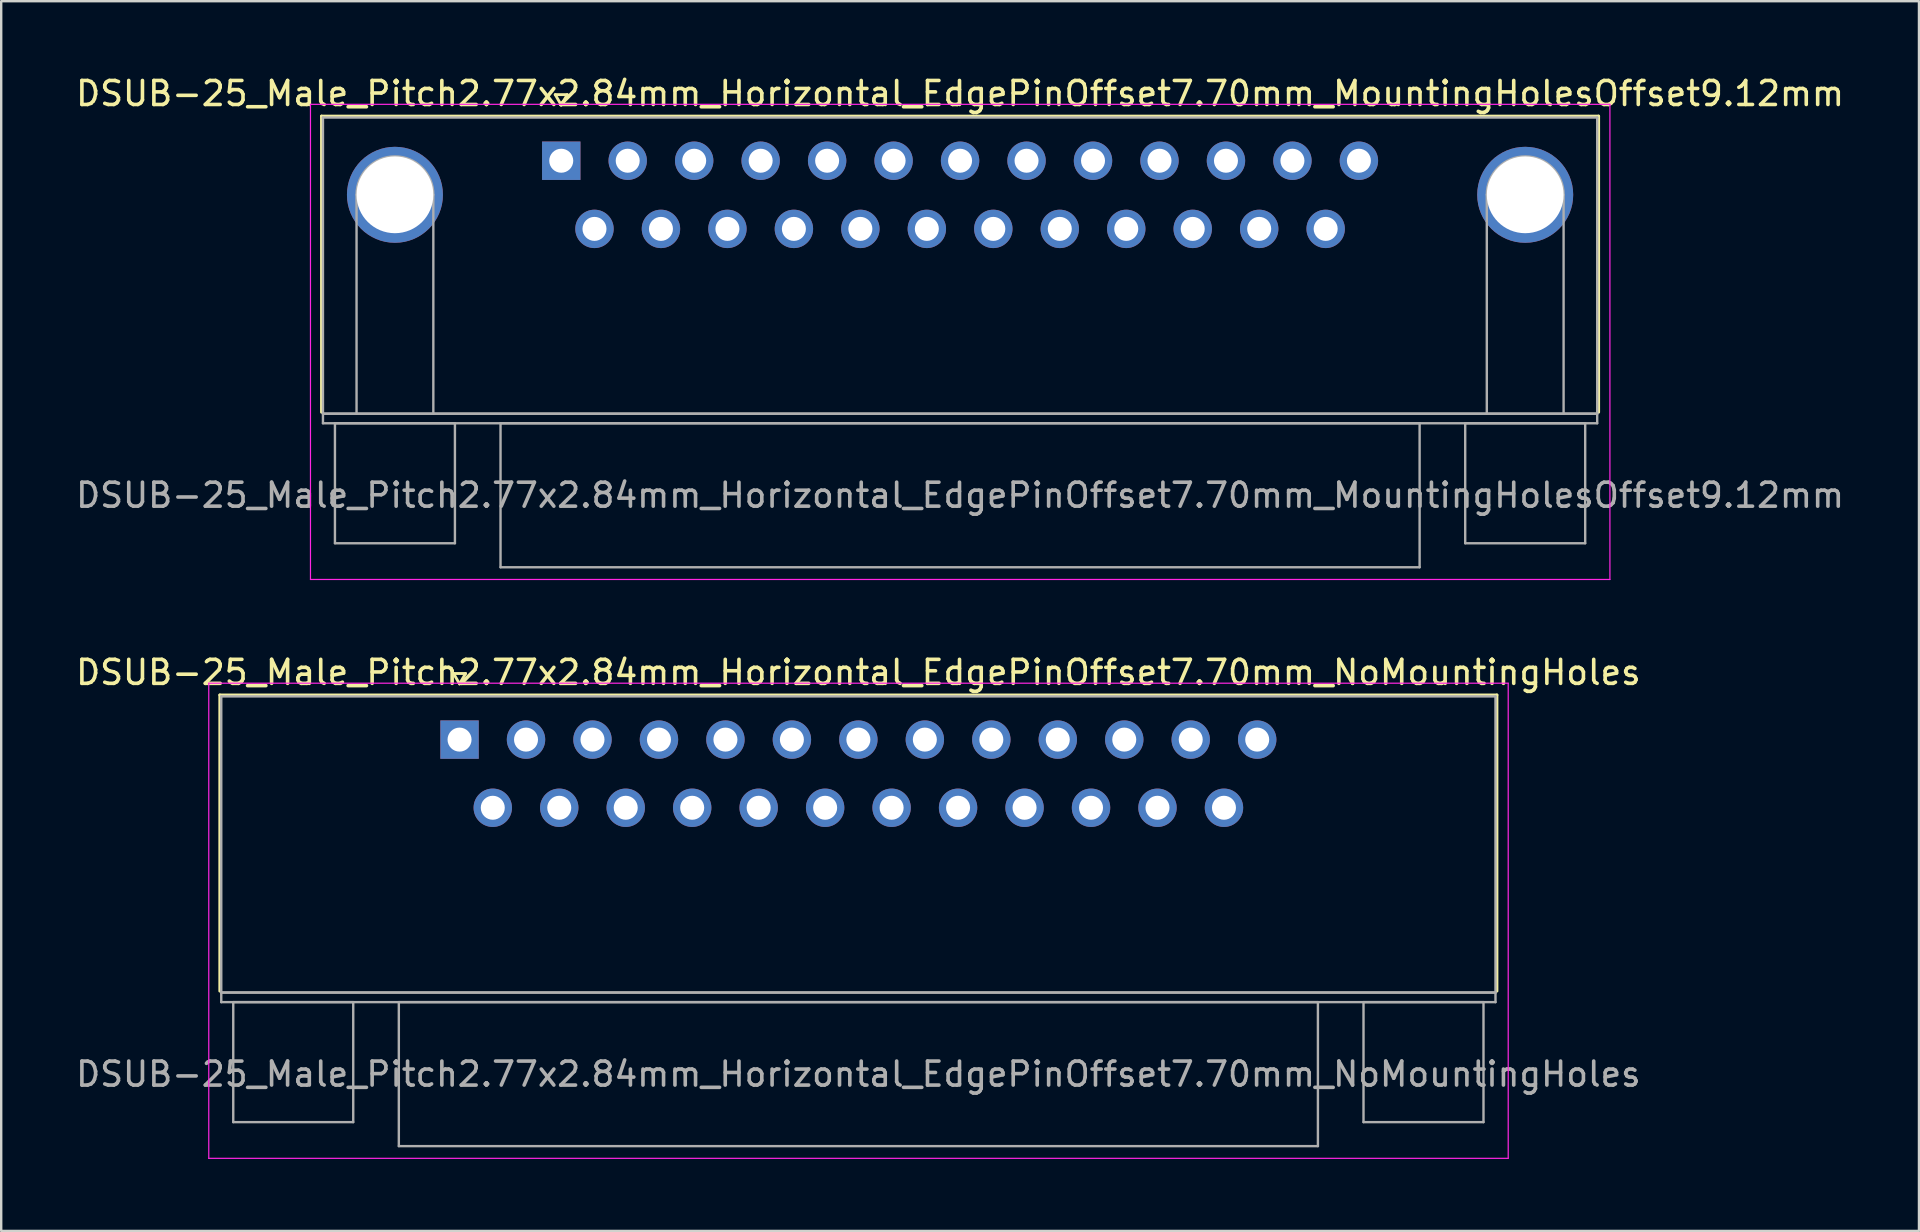
<source format=kicad_pcb>
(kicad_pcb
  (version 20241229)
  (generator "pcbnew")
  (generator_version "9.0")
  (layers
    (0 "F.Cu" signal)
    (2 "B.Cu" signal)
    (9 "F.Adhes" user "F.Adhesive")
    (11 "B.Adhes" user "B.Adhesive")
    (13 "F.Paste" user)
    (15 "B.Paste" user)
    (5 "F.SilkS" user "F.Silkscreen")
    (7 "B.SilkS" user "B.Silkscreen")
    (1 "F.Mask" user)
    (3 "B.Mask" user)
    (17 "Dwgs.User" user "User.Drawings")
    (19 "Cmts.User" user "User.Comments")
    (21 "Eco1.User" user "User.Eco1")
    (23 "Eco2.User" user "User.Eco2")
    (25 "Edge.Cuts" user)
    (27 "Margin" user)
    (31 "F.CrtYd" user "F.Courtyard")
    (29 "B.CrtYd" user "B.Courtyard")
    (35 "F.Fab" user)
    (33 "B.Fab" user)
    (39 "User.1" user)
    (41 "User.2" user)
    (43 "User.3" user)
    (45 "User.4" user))
  (footprint "DSUB-25_Male_Pitch2.77x2.84mm_Horizontal_EdgePinOffset7.70mm_MountingHolesOffset9.12mm"
    (layer "F.Cu")
    (at 20.338 3.648)
    (property "Reference" "DSUB-25_Male_Pitch2.77x2.84mm_Horizontal_EdgePinOffset7.70mm_MountingHolesOffset9.12mm" (at 16.62 -2.8 0) (layer "F.SilkS") (effects (font (size 1 1) (thickness 0.15))))
    (attr through_hole)
    (fp_line (start -9.99 -1.86) (end 43.23 -1.86) (stroke (width 0.12) (type solid)) (layer "F.SilkS"))
    (fp_line (start -9.99 10.48) (end -9.99 -1.86) (stroke (width 0.12) (type solid)) (layer "F.SilkS"))
    (fp_line (start -0.25 -2.754) (end 0.25 -2.754) (stroke (width 0.12) (type solid)) (layer "F.SilkS"))
    (fp_line (start 0 -2.321) (end -0.25 -2.754) (stroke (width 0.12) (type solid)) (layer "F.SilkS"))
    (fp_line (start 0.25 -2.754) (end 0 -2.321) (stroke (width 0.12) (type solid)) (layer "F.SilkS"))
    (fp_line (start 43.23 -1.86) (end 43.23 10.48) (stroke (width 0.12) (type solid)) (layer "F.SilkS"))
    (fp_line (start -10.45 -2.35) (end -10.45 17.45) (stroke (width 0.05) (type solid)) (layer "F.CrtYd"))
    (fp_line (start -10.45 17.45) (end 43.7 17.45) (stroke (width 0.05) (type solid)) (layer "F.CrtYd"))
    (fp_line (start 43.7 -2.35) (end -10.45 -2.35) (stroke (width 0.05) (type solid)) (layer "F.CrtYd"))
    (fp_line (start 43.7 17.45) (end 43.7 -2.35) (stroke (width 0.05) (type solid)) (layer "F.CrtYd"))
    (fp_line (start -9.93 -1.8) (end -9.93 10.54) (stroke (width 0.1) (type solid)) (layer "F.Fab"))
    (fp_line (start -9.93 10.54) (end -9.93 10.94) (stroke (width 0.1) (type solid)) (layer "F.Fab"))
    (fp_line (start -9.93 10.54) (end 43.17 10.54) (stroke (width 0.1) (type solid)) (layer "F.Fab"))
    (fp_line (start -9.93 10.94) (end 43.17 10.94) (stroke (width 0.1) (type solid)) (layer "F.Fab"))
    (fp_line (start -9.43 10.94) (end -9.43 15.94) (stroke (width 0.1) (type solid)) (layer "F.Fab"))
    (fp_line (start -9.43 15.94) (end -4.43 15.94) (stroke (width 0.1) (type solid)) (layer "F.Fab"))
    (fp_line (start -8.53 10.54) (end -8.53 1.42) (stroke (width 0.1) (type solid)) (layer "F.Fab"))
    (fp_line (start -5.33 10.54) (end -5.33 1.42) (stroke (width 0.1) (type solid)) (layer "F.Fab"))
    (fp_line (start -4.43 10.94) (end -9.43 10.94) (stroke (width 0.1) (type solid)) (layer "F.Fab"))
    (fp_line (start -4.43 15.94) (end -4.43 10.94) (stroke (width 0.1) (type solid)) (layer "F.Fab"))
    (fp_line (start -2.53 10.94) (end -2.53 16.94) (stroke (width 0.1) (type solid)) (layer "F.Fab"))
    (fp_line (start -2.53 16.94) (end 35.77 16.94) (stroke (width 0.1) (type solid)) (layer "F.Fab"))
    (fp_line (start 35.77 10.94) (end -2.53 10.94) (stroke (width 0.1) (type solid)) (layer "F.Fab"))
    (fp_line (start 35.77 16.94) (end 35.77 10.94) (stroke (width 0.1) (type solid)) (layer "F.Fab"))
    (fp_line (start 37.67 10.94) (end 37.67 15.94) (stroke (width 0.1) (type solid)) (layer "F.Fab"))
    (fp_line (start 37.67 15.94) (end 42.67 15.94) (stroke (width 0.1) (type solid)) (layer "F.Fab"))
    (fp_line (start 38.57 10.54) (end 38.57 1.42) (stroke (width 0.1) (type solid)) (layer "F.Fab"))
    (fp_line (start 41.77 10.54) (end 41.77 1.42) (stroke (width 0.1) (type solid)) (layer "F.Fab"))
    (fp_line (start 42.67 10.94) (end 37.67 10.94) (stroke (width 0.1) (type solid)) (layer "F.Fab"))
    (fp_line (start 42.67 15.94) (end 42.67 10.94) (stroke (width 0.1) (type solid)) (layer "F.Fab"))
    (fp_line (start 43.17 -1.8) (end -9.93 -1.8) (stroke (width 0.1) (type solid)) (layer "F.Fab"))
    (fp_line (start 43.17 10.54) (end -9.93 10.54) (stroke (width 0.1) (type solid)) (layer "F.Fab"))
    (fp_line (start 43.17 10.54) (end 43.17 -1.8) (stroke (width 0.1) (type solid)) (layer "F.Fab"))
    (fp_line (start 43.17 10.94) (end 43.17 10.54) (stroke (width 0.1) (type solid)) (layer "F.Fab"))
    (fp_arc (start -8.53 1.42) (mid -6.93 -0.18) (end -5.33 1.42) (stroke (width 0.1) (type solid)) (layer "F.Fab"))
    (fp_arc (start 38.57 1.42) (mid 40.17 -0.18) (end 41.77 1.42) (stroke (width 0.1) (type solid)) (layer "F.Fab"))
    (fp_text user "${REFERENCE}" (at 16.62 13.94 0) (layer "F.Fab") (effects (font (size 1 1) (thickness 0.15))))
    (pad "0" thru_hole circle (at -6.93 1.42) (size 4 4) (drill 3.2) (layers "*.Cu" "*.Mask"))
    (pad "0" thru_hole circle (at 40.17 1.42) (size 4 4) (drill 3.2) (layers "*.Cu" "*.Mask"))
    (pad "1" thru_hole rect (at 0 0) (size 1.6 1.6) (drill 1) (layers "*.Cu" "*.Mask"))
    (pad "2" thru_hole circle (at 2.77 0) (size 1.6 1.6) (drill 1) (layers "*.Cu" "*.Mask"))
    (pad "3" thru_hole circle (at 5.54 0) (size 1.6 1.6) (drill 1) (layers "*.Cu" "*.Mask"))
    (pad "4" thru_hole circle (at 8.31 0) (size 1.6 1.6) (drill 1) (layers "*.Cu" "*.Mask"))
    (pad "5" thru_hole circle (at 11.08 0) (size 1.6 1.6) (drill 1) (layers "*.Cu" "*.Mask"))
    (pad "6" thru_hole circle (at 13.85 0) (size 1.6 1.6) (drill 1) (layers "*.Cu" "*.Mask"))
    (pad "7" thru_hole circle (at 16.62 0) (size 1.6 1.6) (drill 1) (layers "*.Cu" "*.Mask"))
    (pad "8" thru_hole circle (at 19.39 0) (size 1.6 1.6) (drill 1) (layers "*.Cu" "*.Mask"))
    (pad "9" thru_hole circle (at 22.16 0) (size 1.6 1.6) (drill 1) (layers "*.Cu" "*.Mask"))
    (pad "10" thru_hole circle (at 24.93 0) (size 1.6 1.6) (drill 1) (layers "*.Cu" "*.Mask"))
    (pad "11" thru_hole circle (at 27.7 0) (size 1.6 1.6) (drill 1) (layers "*.Cu" "*.Mask"))
    (pad "12" thru_hole circle (at 30.47 0) (size 1.6 1.6) (drill 1) (layers "*.Cu" "*.Mask"))
    (pad "13" thru_hole circle (at 33.24 0) (size 1.6 1.6) (drill 1) (layers "*.Cu" "*.Mask"))
    (pad "14" thru_hole circle (at 1.385 2.84) (size 1.6 1.6) (drill 1) (layers "*.Cu" "*.Mask"))
    (pad "15" thru_hole circle (at 4.155 2.84) (size 1.6 1.6) (drill 1) (layers "*.Cu" "*.Mask"))
    (pad "16" thru_hole circle (at 6.925 2.84) (size 1.6 1.6) (drill 1) (layers "*.Cu" "*.Mask"))
    (pad "17" thru_hole circle (at 9.695 2.84) (size 1.6 1.6) (drill 1) (layers "*.Cu" "*.Mask"))
    (pad "18" thru_hole circle (at 12.465 2.84) (size 1.6 1.6) (drill 1) (layers "*.Cu" "*.Mask"))
    (pad "19" thru_hole circle (at 15.235 2.84) (size 1.6 1.6) (drill 1) (layers "*.Cu" "*.Mask"))
    (pad "20" thru_hole circle (at 18.005 2.84) (size 1.6 1.6) (drill 1) (layers "*.Cu" "*.Mask"))
    (pad "21" thru_hole circle (at 20.775 2.84) (size 1.6 1.6) (drill 1) (layers "*.Cu" "*.Mask"))
    (pad "22" thru_hole circle (at 23.545 2.84) (size 1.6 1.6) (drill 1) (layers "*.Cu" "*.Mask"))
    (pad "23" thru_hole circle (at 26.315 2.84) (size 1.6 1.6) (drill 1) (layers "*.Cu" "*.Mask"))
    (pad "24" thru_hole circle (at 29.085 2.84) (size 1.6 1.6) (drill 1) (layers "*.Cu" "*.Mask"))
    (pad "25" thru_hole circle (at 31.855 2.84) (size 1.6 1.6) (drill 1) (layers "*.Cu" "*.Mask")))
  (footprint "DSUB-25_Male_Pitch2.77x2.84mm_Horizontal_EdgePinOffset7.70mm_NoMountingHoles"
    (layer "F.Cu")
    (at 16.1 27.771)
    (property "Reference" "DSUB-25_Male_Pitch2.77x2.84mm_Horizontal_EdgePinOffset7.70mm_NoMountingHoles" (at 16.62 -2.8 0) (layer "F.SilkS") (effects (font (size 1 1) (thickness 0.15))))
    (attr through_hole)
    (fp_line (start -9.99 -1.86) (end 43.23 -1.86) (stroke (width 0.12) (type solid)) (layer "F.SilkS"))
    (fp_line (start -9.99 10.48) (end -9.99 -1.86) (stroke (width 0.12) (type solid)) (layer "F.SilkS"))
    (fp_line (start -0.25 -2.754) (end 0.25 -2.754) (stroke (width 0.12) (type solid)) (layer "F.SilkS"))
    (fp_line (start 0 -2.321) (end -0.25 -2.754) (stroke (width 0.12) (type solid)) (layer "F.SilkS"))
    (fp_line (start 0.25 -2.754) (end 0 -2.321) (stroke (width 0.12) (type solid)) (layer "F.SilkS"))
    (fp_line (start 43.23 -1.86) (end 43.23 10.48) (stroke (width 0.12) (type solid)) (layer "F.SilkS"))
    (fp_line (start -10.45 -2.35) (end -10.45 17.45) (stroke (width 0.05) (type solid)) (layer "F.CrtYd"))
    (fp_line (start -10.45 17.45) (end 43.7 17.45) (stroke (width 0.05) (type solid)) (layer "F.CrtYd"))
    (fp_line (start 43.7 -2.35) (end -10.45 -2.35) (stroke (width 0.05) (type solid)) (layer "F.CrtYd"))
    (fp_line (start 43.7 17.45) (end 43.7 -2.35) (stroke (width 0.05) (type solid)) (layer "F.CrtYd"))
    (fp_line (start -9.93 -1.8) (end -9.93 10.54) (stroke (width 0.1) (type solid)) (layer "F.Fab"))
    (fp_line (start -9.93 10.54) (end -9.93 10.94) (stroke (width 0.1) (type solid)) (layer "F.Fab"))
    (fp_line (start -9.93 10.54) (end 43.17 10.54) (stroke (width 0.1) (type solid)) (layer "F.Fab"))
    (fp_line (start -9.93 10.94) (end 43.17 10.94) (stroke (width 0.1) (type solid)) (layer "F.Fab"))
    (fp_line (start -9.43 10.94) (end -9.43 15.94) (stroke (width 0.1) (type solid)) (layer "F.Fab"))
    (fp_line (start -9.43 15.94) (end -4.43 15.94) (stroke (width 0.1) (type solid)) (layer "F.Fab"))
    (fp_line (start -4.43 10.94) (end -9.43 10.94) (stroke (width 0.1) (type solid)) (layer "F.Fab"))
    (fp_line (start -4.43 15.94) (end -4.43 10.94) (stroke (width 0.1) (type solid)) (layer "F.Fab"))
    (fp_line (start -2.53 10.94) (end -2.53 16.94) (stroke (width 0.1) (type solid)) (layer "F.Fab"))
    (fp_line (start -2.53 16.94) (end 35.77 16.94) (stroke (width 0.1) (type solid)) (layer "F.Fab"))
    (fp_line (start 35.77 10.94) (end -2.53 10.94) (stroke (width 0.1) (type solid)) (layer "F.Fab"))
    (fp_line (start 35.77 16.94) (end 35.77 10.94) (stroke (width 0.1) (type solid)) (layer "F.Fab"))
    (fp_line (start 37.67 10.94) (end 37.67 15.94) (stroke (width 0.1) (type solid)) (layer "F.Fab"))
    (fp_line (start 37.67 15.94) (end 42.67 15.94) (stroke (width 0.1) (type solid)) (layer "F.Fab"))
    (fp_line (start 42.67 10.94) (end 37.67 10.94) (stroke (width 0.1) (type solid)) (layer "F.Fab"))
    (fp_line (start 42.67 15.94) (end 42.67 10.94) (stroke (width 0.1) (type solid)) (layer "F.Fab"))
    (fp_line (start 43.17 -1.8) (end -9.93 -1.8) (stroke (width 0.1) (type solid)) (layer "F.Fab"))
    (fp_line (start 43.17 10.54) (end -9.93 10.54) (stroke (width 0.1) (type solid)) (layer "F.Fab"))
    (fp_line (start 43.17 10.54) (end 43.17 -1.8) (stroke (width 0.1) (type solid)) (layer "F.Fab"))
    (fp_line (start 43.17 10.94) (end 43.17 10.54) (stroke (width 0.1) (type solid)) (layer "F.Fab"))
    (fp_text user "${REFERENCE}" (at 16.62 13.94 0) (layer "F.Fab") (effects (font (size 1 1) (thickness 0.15))))
    (pad "1" thru_hole rect (at 0 0) (size 1.6 1.6) (drill 1) (layers "*.Cu" "*.Mask"))
    (pad "2" thru_hole circle (at 2.77 0) (size 1.6 1.6) (drill 1) (layers "*.Cu" "*.Mask"))
    (pad "3" thru_hole circle (at 5.54 0) (size 1.6 1.6) (drill 1) (layers "*.Cu" "*.Mask"))
    (pad "4" thru_hole circle (at 8.31 0) (size 1.6 1.6) (drill 1) (layers "*.Cu" "*.Mask"))
    (pad "5" thru_hole circle (at 11.08 0) (size 1.6 1.6) (drill 1) (layers "*.Cu" "*.Mask"))
    (pad "6" thru_hole circle (at 13.85 0) (size 1.6 1.6) (drill 1) (layers "*.Cu" "*.Mask"))
    (pad "7" thru_hole circle (at 16.62 0) (size 1.6 1.6) (drill 1) (layers "*.Cu" "*.Mask"))
    (pad "8" thru_hole circle (at 19.39 0) (size 1.6 1.6) (drill 1) (layers "*.Cu" "*.Mask"))
    (pad "9" thru_hole circle (at 22.16 0) (size 1.6 1.6) (drill 1) (layers "*.Cu" "*.Mask"))
    (pad "10" thru_hole circle (at 24.93 0) (size 1.6 1.6) (drill 1) (layers "*.Cu" "*.Mask"))
    (pad "11" thru_hole circle (at 27.7 0) (size 1.6 1.6) (drill 1) (layers "*.Cu" "*.Mask"))
    (pad "12" thru_hole circle (at 30.47 0) (size 1.6 1.6) (drill 1) (layers "*.Cu" "*.Mask"))
    (pad "13" thru_hole circle (at 33.24 0) (size 1.6 1.6) (drill 1) (layers "*.Cu" "*.Mask"))
    (pad "14" thru_hole circle (at 1.385 2.84) (size 1.6 1.6) (drill 1) (layers "*.Cu" "*.Mask"))
    (pad "15" thru_hole circle (at 4.155 2.84) (size 1.6 1.6) (drill 1) (layers "*.Cu" "*.Mask"))
    (pad "16" thru_hole circle (at 6.925 2.84) (size 1.6 1.6) (drill 1) (layers "*.Cu" "*.Mask"))
    (pad "17" thru_hole circle (at 9.695 2.84) (size 1.6 1.6) (drill 1) (layers "*.Cu" "*.Mask"))
    (pad "18" thru_hole circle (at 12.465 2.84) (size 1.6 1.6) (drill 1) (layers "*.Cu" "*.Mask"))
    (pad "19" thru_hole circle (at 15.235 2.84) (size 1.6 1.6) (drill 1) (layers "*.Cu" "*.Mask"))
    (pad "20" thru_hole circle (at 18.005 2.84) (size 1.6 1.6) (drill 1) (layers "*.Cu" "*.Mask"))
    (pad "21" thru_hole circle (at 20.775 2.84) (size 1.6 1.6) (drill 1) (layers "*.Cu" "*.Mask"))
    (pad "22" thru_hole circle (at 23.545 2.84) (size 1.6 1.6) (drill 1) (layers "*.Cu" "*.Mask"))
    (pad "23" thru_hole circle (at 26.315 2.84) (size 1.6 1.6) (drill 1) (layers "*.Cu" "*.Mask"))
    (pad "24" thru_hole circle (at 29.085 2.84) (size 1.6 1.6) (drill 1) (layers "*.Cu" "*.Mask"))
    (pad "25" thru_hole circle (at 31.855 2.84) (size 1.6 1.6) (drill 1) (layers "*.Cu" "*.Mask")))
  (gr_rect
    (start -3 -3)
    (end 76.917 48.246)
    (stroke (width 0.1) (type default))
    (fill no)
    (layer "Edge.Cuts")))
</source>
